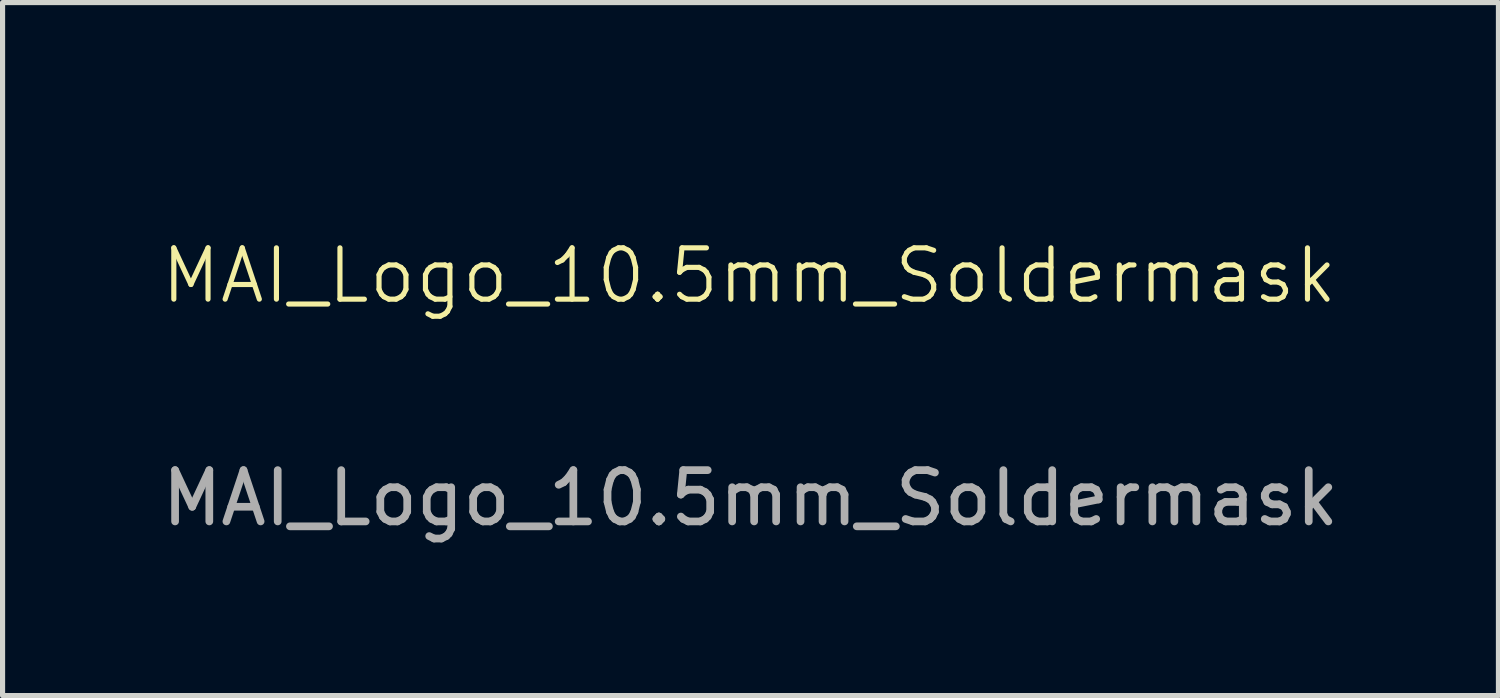
<source format=kicad_pcb>
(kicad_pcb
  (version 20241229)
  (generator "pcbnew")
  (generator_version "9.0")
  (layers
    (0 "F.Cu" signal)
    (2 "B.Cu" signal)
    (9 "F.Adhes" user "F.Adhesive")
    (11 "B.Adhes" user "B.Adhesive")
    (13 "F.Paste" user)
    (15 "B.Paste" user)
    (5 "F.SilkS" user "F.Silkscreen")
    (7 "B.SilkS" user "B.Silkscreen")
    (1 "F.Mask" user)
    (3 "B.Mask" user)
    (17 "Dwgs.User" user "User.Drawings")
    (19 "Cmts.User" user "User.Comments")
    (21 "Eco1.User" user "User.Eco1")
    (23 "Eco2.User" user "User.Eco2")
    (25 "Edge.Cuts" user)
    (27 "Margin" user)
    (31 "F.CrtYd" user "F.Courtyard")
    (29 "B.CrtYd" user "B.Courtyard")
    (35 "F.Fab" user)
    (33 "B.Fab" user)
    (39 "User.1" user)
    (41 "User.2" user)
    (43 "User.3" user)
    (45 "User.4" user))
  (footprint "MAI_Logo_10.5mm_Soldermask"
    (layer "F.Cu")
    (at 11.552 2.823)
    (property "Reference" "MAI_Logo_10.5mm_Soldermask" (at 0 -0.5 0) (unlocked yes) (layer "F.SilkS") (effects (font (size 1 1) (thickness 0.1))))
    (attr board_only exclude_from_pos_files exclude_from_bom allow_missing_courtyard)
    (fp_poly (pts (xy -3.763 0.587) (xy -2.788 -2.823) (xy -2.343 -2.823) (xy -2.343 2.822) (xy -2.65 2.822) (xy -2.65 -2.232) (xy -3.61 1.125) (xy -3.917 1.125) (xy -4.877 -2.232) (xy -4.877 2.822) (xy -5.184 2.822) (xy -5.184 -2.823) (xy -4.739 -2.823)) (stroke (width 0) (type solid)) (fill yes) (layer "F.Mask"))
    (fp_poly (pts (xy 0.723 2.822) (xy 0.448 2.822) (xy 0.109 1.327) (xy -1.243 1.327) (xy -1.589 2.822) (xy -1.863 2.822) (xy -1.451 1.092) (xy -1.19 1.092) (xy 0.05 1.092) (xy -0.283 -0.377) (xy -0.427 -1.004) (xy -0.57 -1.63) (xy -0.637 -1.317) (xy -0.707 -1.004) (xy -0.851 -0.377) (xy -1.19 1.092) (xy -1.451 1.092) (xy -0.72 -1.976) (xy -0.42 -1.976)) (stroke (width 0) (type solid)) (fill yes) (layer "F.Mask"))
    (fp_poly (pts (xy 5.184 -1.742) (xy 4.172 -1.742) (xy 4.172 2.587) (xy 5.184 2.587) (xy 5.184 2.822) (xy 2.901 2.822) (xy 2.899 2.822) (xy 2.812 2.823) (xy 2.753 2.728) (xy 2.73 2.692) (xy 2.617 2.523) (xy 2.606 2.536) (xy 2.595 2.548) (xy 2.584 2.56) (xy 2.572 2.572) (xy 2.56 2.583) (xy 2.548 2.595) (xy 2.535 2.606) (xy 2.522 2.617) (xy 2.509 2.628) (xy 2.496 2.638) (xy 2.482 2.648) (xy 2.468 2.658) (xy 2.454 2.668) (xy 2.439 2.677) (xy 2.424 2.686) (xy 2.409 2.695) (xy 2.394 2.704) (xy 2.379 2.712) (xy 2.363 2.72) (xy 2.348 2.728) (xy 2.332 2.735) (xy 2.316 2.742) (xy 2.3 2.749) (xy 2.284 2.755) (xy 2.268 2.761) (xy 2.251 2.766) (xy 2.235 2.771) (xy 2.218 2.776) (xy 2.202 2.781) (xy 2.185 2.785) (xy 2.168 2.788) (xy 2.151 2.792) (xy 2.118 2.799) (xy 2.085 2.805) (xy 2.051 2.81) (xy 2.018 2.815) (xy 1.984 2.818) (xy 1.95 2.82) (xy 1.916 2.822) (xy 1.882 2.822) (xy 1.834 2.821) (xy 1.786 2.819) (xy 1.739 2.814) (xy 1.691 2.808) (xy 1.643 2.8) (xy 1.596 2.791) (xy 1.549 2.779) (xy 1.502 2.766) (xy 1.479 2.758) (xy 1.457 2.75) (xy 1.435 2.741) (xy 1.414 2.731) (xy 1.392 2.72) (xy 1.372 2.709) (xy 1.351 2.698) (xy 1.331 2.685) (xy 1.311 2.672) (xy 1.292 2.659) (xy 1.273 2.644) (xy 1.254 2.63) (xy 1.236 2.614) (xy 1.218 2.598) (xy 1.2 2.581) (xy 1.183 2.564) (xy 1.166 2.546) (xy 1.151 2.528) (xy 1.136 2.509) (xy 1.121 2.49) (xy 1.107 2.471) (xy 1.093 2.452) (xy 1.08 2.432) (xy 1.067 2.412) (xy 1.055 2.391) (xy 1.044 2.37) (xy 1.033 2.349) (xy 1.022 2.328) (xy 1.012 2.306) (xy 1.003 2.284) (xy 0.994 2.262) (xy 0.985 2.239) (xy 0.97 2.192) (xy 0.956 2.145) (xy 0.945 2.098) (xy 0.94 2.075) (xy 0.936 2.052) (xy 0.932 2.028) (xy 0.928 2.005) (xy 0.926 1.981) (xy 0.923 1.958) (xy 0.921 1.934) (xy 0.92 1.911) (xy 0.919 1.888) (xy 0.919 1.864) (xy 1.122 1.864) (xy 1.122 1.883) (xy 1.123 1.902) (xy 1.124 1.921) (xy 1.125 1.94) (xy 1.127 1.959) (xy 1.129 1.977) (xy 1.132 1.996) (xy 1.134 2.015) (xy 1.138 2.034) (xy 1.142 2.052) (xy 1.15 2.089) (xy 1.161 2.126) (xy 1.173 2.163) (xy 1.179 2.181) (xy 1.186 2.199) (xy 1.193 2.217) (xy 1.201 2.235) (xy 1.209 2.252) (xy 1.218 2.269) (xy 1.227 2.286) (xy 1.236 2.303) (xy 1.246 2.319) (xy 1.256 2.335) (xy 1.266 2.351) (xy 1.277 2.367) (xy 1.288 2.382) (xy 1.3 2.397) (xy 1.312 2.412) (xy 1.325 2.427) (xy 1.338 2.441) (xy 1.352 2.455) (xy 1.366 2.468) (xy 1.38 2.481) (xy 1.395 2.493) (xy 1.41 2.505) (xy 1.426 2.516) (xy 1.441 2.527) (xy 1.457 2.537) (xy 1.474 2.547) (xy 1.49 2.556) (xy 1.507 2.565) (xy 1.524 2.573) (xy 1.542 2.58) (xy 1.56 2.587) (xy 1.578 2.594) (xy 1.616 2.605) (xy 1.654 2.614) (xy 1.692 2.622) (xy 1.73 2.628) (xy 1.768 2.633) (xy 1.806 2.637) (xy 1.844 2.639) (xy 1.882 2.64) (xy 1.913 2.639) (xy 1.943 2.638) (xy 1.973 2.636) (xy 2.003 2.633) (xy 2.032 2.63) (xy 2.062 2.625) (xy 2.091 2.62) (xy 2.12 2.614) (xy 2.135 2.61) (xy 2.149 2.606) (xy 2.164 2.602) (xy 2.178 2.597) (xy 2.191 2.591) (xy 2.205 2.586) (xy 2.219 2.58) (xy 2.232 2.574) (xy 2.245 2.567) (xy 2.258 2.56) (xy 2.271 2.553) (xy 2.284 2.546) (xy 2.297 2.538) (xy 2.309 2.53) (xy 2.321 2.522) (xy 2.333 2.513) (xy 2.346 2.504) (xy 2.358 2.495) (xy 2.37 2.485) (xy 2.382 2.476) (xy 2.393 2.466) (xy 2.405 2.455) (xy 2.415 2.445) (xy 2.426 2.434) (xy 2.436 2.423) (xy 2.446 2.412) (xy 2.456 2.401) (xy 2.466 2.389) (xy 2.475 2.378) (xy 2.484 2.365) (xy 2.492 2.353) (xy 2.501 2.341) (xy 1.745 1.18) (xy 1.695 1.099) (xy 1.688 1.088) (xy 1.682 1.079) (xy 1.675 1.069) (xy 1.668 1.059) (xy 1.661 1.05) (xy 1.654 1.041) (xy 1.646 1.032) (xy 1.639 1.023) (xy 1.639 1.023) (xy 1.605 1.048) (xy 1.571 1.075) (xy 1.538 1.102) (xy 1.506 1.13) (xy 1.474 1.159) (xy 1.442 1.189) (xy 1.411 1.219) (xy 1.38 1.251) (xy 1.365 1.266) (xy 1.351 1.282) (xy 1.337 1.298) (xy 1.323 1.314) (xy 1.309 1.331) (xy 1.296 1.348) (xy 1.284 1.365) (xy 1.271 1.382) (xy 1.26 1.4) (xy 1.248 1.419) (xy 1.237 1.437) (xy 1.226 1.456) (xy 1.216 1.475) (xy 1.206 1.495) (xy 1.197 1.514) (xy 1.188 1.535) (xy 1.18 1.554) (xy 1.172 1.574) (xy 1.165 1.594) (xy 1.159 1.614) (xy 1.153 1.634) (xy 1.148 1.655) (xy 1.143 1.675) (xy 1.138 1.696) (xy 1.134 1.716) (xy 1.131 1.737) (xy 1.128 1.758) (xy 1.126 1.779) (xy 1.124 1.8) (xy 1.123 1.821) (xy 1.122 1.843) (xy 1.122 1.864) (xy 0.919 1.864) (xy 0.919 1.864) (xy 0.919 1.838) (xy 0.92 1.812) (xy 0.922 1.787) (xy 0.924 1.761) (xy 0.927 1.736) (xy 0.93 1.711) (xy 0.935 1.686) (xy 0.939 1.661) (xy 0.945 1.637) (xy 0.951 1.612) (xy 0.957 1.588) (xy 0.965 1.564) (xy 0.973 1.54) (xy 0.981 1.516) (xy 0.99 1.492) (xy 1 1.469) (xy 1.011 1.445) (xy 1.021 1.421) (xy 1.033 1.398) (xy 1.045 1.375) (xy 1.057 1.353) (xy 1.07 1.331) (xy 1.083 1.309) (xy 1.096 1.287) (xy 1.111 1.266) (xy 1.125 1.246) (xy 1.14 1.225) (xy 1.156 1.205) (xy 1.172 1.186) (xy 1.189 1.166) (xy 1.206 1.148) (xy 1.223 1.129) (xy 1.26 1.093) (xy 1.298 1.057) (xy 1.336 1.023) (xy 1.374 0.99) (xy 1.413 0.957) (xy 1.452 0.926) (xy 1.492 0.895) (xy 1.532 0.865) (xy 1.421 0.704) (xy 1.309 0.546) (xy 1.282 0.505) (xy 1.256 0.464) (xy 1.231 0.421) (xy 1.207 0.379) (xy 1.184 0.335) (xy 1.162 0.291) (xy 1.141 0.247) (xy 1.122 0.201) (xy 1.113 0.178) (xy 1.105 0.154) (xy 1.098 0.131) (xy 1.091 0.107) (xy 1.084 0.083) (xy 1.079 0.059) (xy 1.073 0.035) (xy 1.069 0.011) (xy 1.064 -0.013) (xy 1.061 -0.037) (xy 1.058 -0.061) (xy 1.055 -0.086) (xy 1.053 -0.11) (xy 1.052 -0.135) (xy 1.051 -0.159) (xy 1.051 -0.179) (xy 1.254 -0.179) (xy 1.254 -0.157) (xy 1.255 -0.135) (xy 1.256 -0.113) (xy 1.258 -0.091) (xy 1.26 -0.069) (xy 1.263 -0.047) (xy 1.266 -0.026) (xy 1.27 -0.004) (xy 1.275 0.017) (xy 1.279 0.039) (xy 1.285 0.06) (xy 1.291 0.081) (xy 1.297 0.103) (xy 1.304 0.124) (xy 1.312 0.145) (xy 1.32 0.166) (xy 1.338 0.206) (xy 1.357 0.246) (xy 1.377 0.285) (xy 1.398 0.323) (xy 1.42 0.361) (xy 1.443 0.398) (xy 1.467 0.434) (xy 1.492 0.47) (xy 1.695 0.754) (xy 1.736 0.726) (xy 1.777 0.697) (xy 1.818 0.668) (xy 1.858 0.639) (xy 1.898 0.609) (xy 1.937 0.578) (xy 1.976 0.547) (xy 2.014 0.516) (xy 2.033 0.499) (xy 2.052 0.482) (xy 2.071 0.464) (xy 2.089 0.447) (xy 2.107 0.428) (xy 2.124 0.41) (xy 2.141 0.391) (xy 2.157 0.371) (xy 2.173 0.351) (xy 2.189 0.331) (xy 2.204 0.31) (xy 2.218 0.289) (xy 2.233 0.268) (xy 2.246 0.246) (xy 2.26 0.224) (xy 2.273 0.201) (xy 2.285 0.178) (xy 2.296 0.155) (xy 2.307 0.132) (xy 2.317 0.109) (xy 2.326 0.085) (xy 2.334 0.062) (xy 2.342 0.038) (xy 2.349 0.014) (xy 2.355 -0.01) (xy 2.36 -0.035) (xy 2.364 -0.059) (xy 2.368 -0.084) (xy 2.37 -0.109) (xy 2.372 -0.134) (xy 2.374 -0.159) (xy 2.374 -0.184) (xy 2.373 -0.213) (xy 2.372 -0.242) (xy 2.369 -0.271) (xy 2.365 -0.299) (xy 2.36 -0.328) (xy 2.354 -0.356) (xy 2.347 -0.384) (xy 2.338 -0.412) (xy 2.334 -0.427) (xy 2.329 -0.441) (xy 2.324 -0.455) (xy 2.318 -0.469) (xy 2.312 -0.483) (xy 2.306 -0.496) (xy 2.3 -0.509) (xy 2.293 -0.522) (xy 2.286 -0.535) (xy 2.278 -0.548) (xy 2.27 -0.56) (xy 2.262 -0.573) (xy 2.254 -0.585) (xy 2.245 -0.597) (xy 2.236 -0.608) (xy 2.227 -0.62) (xy 2.218 -0.632) (xy 2.209 -0.643) (xy 2.199 -0.654) (xy 2.189 -0.665) (xy 2.179 -0.675) (xy 2.168 -0.684) (xy 2.157 -0.694) (xy 2.146 -0.702) (xy 2.134 -0.711) (xy 2.122 -0.719) (xy 2.11 -0.726) (xy 2.098 -0.733) (xy 2.085 -0.74) (xy 2.072 -0.746) (xy 2.058 -0.752) (xy 2.045 -0.757) (xy 2.031 -0.762) (xy 2.017 -0.768) (xy 2.003 -0.772) (xy 1.988 -0.777) (xy 1.974 -0.781) (xy 1.96 -0.785) (xy 1.946 -0.788) (xy 1.932 -0.791) (xy 1.917 -0.794) (xy 1.903 -0.796) (xy 1.889 -0.798) (xy 1.874 -0.8) (xy 1.86 -0.801) (xy 1.845 -0.802) (xy 1.831 -0.802) (xy 1.816 -0.802) (xy 1.816 -0.802) (xy 1.801 -0.802) (xy 1.786 -0.802) (xy 1.771 -0.801) (xy 1.756 -0.8) (xy 1.741 -0.798) (xy 1.727 -0.796) (xy 1.712 -0.794) (xy 1.697 -0.791) (xy 1.683 -0.788) (xy 1.668 -0.785) (xy 1.654 -0.781) (xy 1.64 -0.777) (xy 1.625 -0.772) (xy 1.611 -0.768) (xy 1.597 -0.762) (xy 1.583 -0.757) (xy 1.569 -0.752) (xy 1.556 -0.746) (xy 1.543 -0.74) (xy 1.53 -0.733) (xy 1.517 -0.726) (xy 1.505 -0.719) (xy 1.492 -0.711) (xy 1.481 -0.702) (xy 1.469 -0.694) (xy 1.458 -0.684) (xy 1.447 -0.675) (xy 1.436 -0.665) (xy 1.425 -0.654) (xy 1.415 -0.643) (xy 1.405 -0.632) (xy 1.396 -0.62) (xy 1.386 -0.608) (xy 1.377 -0.597) (xy 1.368 -0.585) (xy 1.36 -0.573) (xy 1.352 -0.56) (xy 1.344 -0.548) (xy 1.337 -0.535) (xy 1.33 -0.522) (xy 1.323 -0.509) (xy 1.316 -0.496) (xy 1.31 -0.483) (xy 1.304 -0.469) (xy 1.299 -0.455) (xy 1.294 -0.441) (xy 1.289 -0.427) (xy 1.284 -0.412) (xy 1.277 -0.383) (xy 1.271 -0.354) (xy 1.266 -0.325) (xy 1.261 -0.296) (xy 1.258 -0.266) (xy 1.256 -0.237) (xy 1.254 -0.208) (xy 1.254 -0.179) (xy 1.051 -0.179) (xy 1.051 -0.184) (xy 1.052 -0.223) (xy 1.054 -0.262) (xy 1.057 -0.3) (xy 1.062 -0.339) (xy 1.069 -0.376) (xy 1.076 -0.414) (xy 1.086 -0.451) (xy 1.096 -0.488) (xy 1.103 -0.507) (xy 1.11 -0.526) (xy 1.117 -0.544) (xy 1.125 -0.562) (xy 1.133 -0.58) (xy 1.142 -0.597) (xy 1.15 -0.614) (xy 1.16 -0.631) (xy 1.169 -0.648) (xy 1.18 -0.664) (xy 1.19 -0.68) (xy 1.201 -0.696) (xy 1.212 -0.712) (xy 1.224 -0.727) (xy 1.236 -0.742) (xy 1.248 -0.757) (xy 1.262 -0.772) (xy 1.276 -0.786) (xy 1.29 -0.8) (xy 1.305 -0.813) (xy 1.32 -0.826) (xy 1.335 -0.838) (xy 1.35 -0.85) (xy 1.366 -0.861) (xy 1.383 -0.871) (xy 1.399 -0.881) (xy 1.417 -0.891) (xy 1.434 -0.899) (xy 1.452 -0.908) (xy 1.47 -0.915) (xy 1.488 -0.923) (xy 1.507 -0.929) (xy 1.526 -0.936) (xy 1.545 -0.942) (xy 1.564 -0.948) (xy 1.583 -0.954) (xy 1.602 -0.959) (xy 1.621 -0.963) (xy 1.64 -0.967) (xy 1.659 -0.971) (xy 1.678 -0.974) (xy 1.697 -0.977) (xy 1.716 -0.98) (xy 1.735 -0.982) (xy 1.754 -0.983) (xy 1.773 -0.984) (xy 1.792 -0.985) (xy 1.811 -0.985) (xy 1.831 -0.985) (xy 1.85 -0.984) (xy 1.87 -0.983) (xy 1.889 -0.982) (xy 1.908 -0.98) (xy 1.928 -0.977) (xy 1.947 -0.974) (xy 1.966 -0.971) (xy 1.985 -0.967) (xy 2.004 -0.963) (xy 2.023 -0.959) (xy 2.041 -0.954) (xy 2.06 -0.948) (xy 2.079 -0.942) (xy 2.097 -0.936) (xy 2.115 -0.929) (xy 2.134 -0.923) (xy 2.153 -0.915) (xy 2.171 -0.908) (xy 2.189 -0.899) (xy 2.206 -0.891) (xy 2.223 -0.881) (xy 2.24 -0.871) (xy 2.256 -0.861) (xy 2.272 -0.85) (xy 2.288 -0.838) (xy 2.303 -0.826) (xy 2.318 -0.813) (xy 2.332 -0.8) (xy 2.347 -0.786) (xy 2.36 -0.772) (xy 2.374 -0.757) (xy 2.387 -0.742) (xy 2.4 -0.727) (xy 2.412 -0.712) (xy 2.423 -0.696) (xy 2.435 -0.68) (xy 2.445 -0.664) (xy 2.455 -0.648) (xy 2.465 -0.631) (xy 2.474 -0.614) (xy 2.483 -0.597) (xy 2.492 -0.58) (xy 2.499 -0.562) (xy 2.507 -0.544) (xy 2.514 -0.526) (xy 2.52 -0.507) (xy 2.526 -0.488) (xy 2.538 -0.451) (xy 2.548 -0.414) (xy 2.557 -0.376) (xy 2.564 -0.339) (xy 2.57 -0.3) (xy 2.574 -0.262) (xy 2.576 -0.223) (xy 2.577 -0.184) (xy 2.577 -0.162) (xy 2.576 -0.141) (xy 2.574 -0.12) (xy 2.573 -0.098) (xy 2.57 -0.077) (xy 2.568 -0.055) (xy 2.564 -0.034) (xy 2.56 -0.013) (xy 2.556 0.008) (xy 2.551 0.029) (xy 2.546 0.051) (xy 2.54 0.072) (xy 2.533 0.093) (xy 2.526 0.114) (xy 2.519 0.135) (xy 2.511 0.156) (xy 2.503 0.176) (xy 2.495 0.197) (xy 2.486 0.217) (xy 2.477 0.237) (xy 2.468 0.257) (xy 2.458 0.277) (xy 2.448 0.296) (xy 2.437 0.315) (xy 2.426 0.334) (xy 2.415 0.353) (xy 2.403 0.371) (xy 2.391 0.39) (xy 2.379 0.407) (xy 2.366 0.425) (xy 2.352 0.443) (xy 2.338 0.46) (xy 2.311 0.492) (xy 2.283 0.524) (xy 2.254 0.555) (xy 2.223 0.585) (xy 2.192 0.615) (xy 2.159 0.643) (xy 2.125 0.671) (xy 2.09 0.698) (xy 2.021 0.751) (xy 1.952 0.802) (xy 1.882 0.852) (xy 1.811 0.901) (xy 1.806 0.906) (xy 1.801 0.906) (xy 1.809 0.917) (xy 1.816 0.929) (xy 1.823 0.94) (xy 1.83 0.952) (xy 1.837 0.963) (xy 1.844 0.974) (xy 1.85 0.986) (xy 1.857 0.997) (xy 1.872 1.018) (xy 1.887 1.039) (xy 1.903 1.061) (xy 1.918 1.083) (xy 2.602 2.133) (xy 2.608 2.112) (xy 2.614 2.092) (xy 2.618 2.071) (xy 2.622 2.05) (xy 2.626 2.029) (xy 2.629 2.008) (xy 2.631 1.987) (xy 2.633 1.966) (xy 2.635 1.944) (xy 2.637 1.922) (xy 2.639 1.901) (xy 2.64 1.879) (xy 2.641 1.858) (xy 2.642 1.836) (xy 2.643 1.815) (xy 2.643 1.793) (xy 2.643 0.916) (xy 2.845 0.916) (xy 2.845 1.793) (xy 2.845 1.829) (xy 2.844 1.864) (xy 2.842 1.9) (xy 2.839 1.935) (xy 2.836 1.971) (xy 2.831 2.006) (xy 2.826 2.041) (xy 2.82 2.077) (xy 2.817 2.094) (xy 2.814 2.111) (xy 2.811 2.128) (xy 2.807 2.145) (xy 2.803 2.162) (xy 2.798 2.178) (xy 2.794 2.195) (xy 2.788 2.211) (xy 2.783 2.228) (xy 2.777 2.244) (xy 2.771 2.26) (xy 2.764 2.277) (xy 2.757 2.293) (xy 2.75 2.309) (xy 2.742 2.325) (xy 2.734 2.341) (xy 2.895 2.587) (xy 2.92 2.587) (xy 2.92 2.587) (xy 3.911 2.587) (xy 3.911 -1.741) (xy 2.899 -1.741) (xy 2.899 -1.977) (xy 5.184 -1.977)) (stroke (width 0) (type solid)) (fill yes) (layer "F.Mask"))
    (fp_text user "${REFERENCE}" (at 0.025 3.835 0) (unlocked yes) (layer "F.Fab") (effects (font (size 1 1) (thickness 0.15)))))
  (gr_rect
    (start -3 -3)
    (end 26.155 10.507)
    (stroke (width 0.1) (type default))
    (fill no)
    (layer "Edge.Cuts")))
</source>
